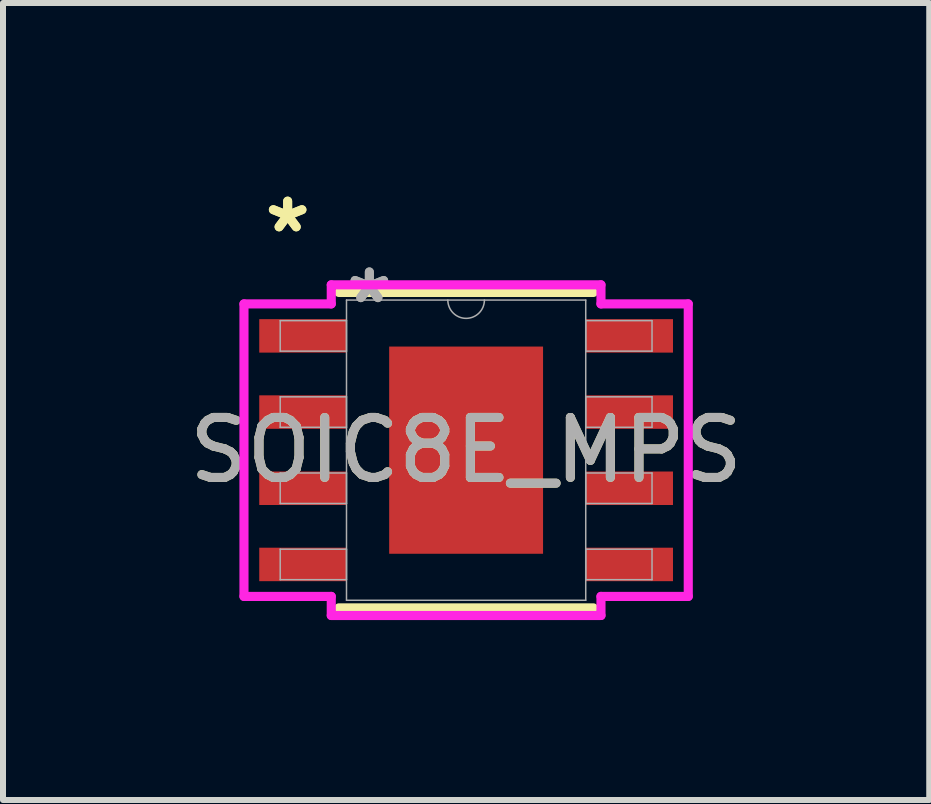
<source format=kicad_pcb>
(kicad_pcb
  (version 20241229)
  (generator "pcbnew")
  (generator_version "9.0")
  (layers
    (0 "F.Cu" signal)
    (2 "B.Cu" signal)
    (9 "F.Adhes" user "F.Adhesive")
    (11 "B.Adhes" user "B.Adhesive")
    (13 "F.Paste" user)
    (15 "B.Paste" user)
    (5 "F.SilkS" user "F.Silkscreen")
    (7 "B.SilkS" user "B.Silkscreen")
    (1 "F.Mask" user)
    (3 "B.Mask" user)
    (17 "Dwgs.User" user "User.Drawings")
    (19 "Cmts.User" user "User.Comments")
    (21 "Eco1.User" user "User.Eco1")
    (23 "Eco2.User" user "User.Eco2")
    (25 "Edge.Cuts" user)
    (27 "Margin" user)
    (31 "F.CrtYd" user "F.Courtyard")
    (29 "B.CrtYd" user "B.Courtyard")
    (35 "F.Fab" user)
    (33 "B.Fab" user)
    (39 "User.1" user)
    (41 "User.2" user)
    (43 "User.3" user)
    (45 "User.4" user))
  (footprint "SOIC8E_MPS"
    (layer "F.Cu")
    (at 4.72 4.454)
    (property "Reference" "SOIC8E_MPS" (at 0 0 0) (unlocked yes) (layer "F.SilkS") (effects (font (size 1 1) (thickness 0.15))))
    (attr smd)
    (fp_line (start -2.121 2.629) (end 2.121 2.629) (stroke (width 0.152) (type solid)) (layer "F.SilkS"))
    (fp_line (start 2.121 -2.629) (end -2.121 -2.629) (stroke (width 0.152) (type solid)) (layer "F.SilkS"))
    (fp_poly (pts (xy -1.183 -1.627) (xy -1.183 -0.1) (xy -0.1 -0.1) (xy -0.1 -1.627)) (stroke (width 0) (type solid)) (fill yes) (layer "F.Paste"))
    (fp_poly (pts (xy -1.183 0.1) (xy -1.183 1.627) (xy -0.1 1.627) (xy -0.1 0.1)) (stroke (width 0) (type solid)) (fill yes) (layer "F.Paste"))
    (fp_poly (pts (xy 0.1 -1.627) (xy 0.1 -0.1) (xy 1.183 -0.1) (xy 1.183 -1.627)) (stroke (width 0) (type solid)) (fill yes) (layer "F.Paste"))
    (fp_poly (pts (xy 0.1 0.1) (xy 0.1 1.627) (xy 1.183 1.627) (xy 1.183 0.1)) (stroke (width 0) (type solid)) (fill yes) (layer "F.Paste"))
    (fp_line (start -3.703 -2.438) (end -2.248 -2.438) (stroke (width 0.152) (type solid)) (layer "F.CrtYd"))
    (fp_line (start -3.703 2.438) (end -3.703 -2.438) (stroke (width 0.152) (type solid)) (layer "F.CrtYd"))
    (fp_line (start -3.703 2.438) (end -2.248 2.438) (stroke (width 0.152) (type solid)) (layer "F.CrtYd"))
    (fp_line (start -2.248 -2.756) (end 2.248 -2.756) (stroke (width 0.152) (type solid)) (layer "F.CrtYd"))
    (fp_line (start -2.248 -2.438) (end -2.248 -2.756) (stroke (width 0.152) (type solid)) (layer "F.CrtYd"))
    (fp_line (start -2.248 2.756) (end -2.248 2.438) (stroke (width 0.152) (type solid)) (layer "F.CrtYd"))
    (fp_line (start 2.248 -2.756) (end 2.248 -2.438) (stroke (width 0.152) (type solid)) (layer "F.CrtYd"))
    (fp_line (start 2.248 2.438) (end 2.248 2.756) (stroke (width 0.152) (type solid)) (layer "F.CrtYd"))
    (fp_line (start 2.248 2.756) (end -2.248 2.756) (stroke (width 0.152) (type solid)) (layer "F.CrtYd"))
    (fp_line (start 3.703 -2.438) (end 2.248 -2.438) (stroke (width 0.152) (type solid)) (layer "F.CrtYd"))
    (fp_line (start 3.703 -2.438) (end 3.703 2.438) (stroke (width 0.152) (type solid)) (layer "F.CrtYd"))
    (fp_line (start 3.703 2.438) (end 2.248 2.438) (stroke (width 0.152) (type solid)) (layer "F.CrtYd"))
    (fp_line (start -3.099 -2.159) (end -3.099 -1.651) (stroke (width 0.025) (type solid)) (layer "F.Fab"))
    (fp_line (start -3.099 -1.651) (end -1.994 -1.651) (stroke (width 0.025) (type solid)) (layer "F.Fab"))
    (fp_line (start -3.099 -0.889) (end -3.099 -0.381) (stroke (width 0.025) (type solid)) (layer "F.Fab"))
    (fp_line (start -3.099 -0.381) (end -1.994 -0.381) (stroke (width 0.025) (type solid)) (layer "F.Fab"))
    (fp_line (start -3.099 0.381) (end -3.099 0.889) (stroke (width 0.025) (type solid)) (layer "F.Fab"))
    (fp_line (start -3.099 0.889) (end -1.994 0.889) (stroke (width 0.025) (type solid)) (layer "F.Fab"))
    (fp_line (start -3.099 1.651) (end -3.099 2.159) (stroke (width 0.025) (type solid)) (layer "F.Fab"))
    (fp_line (start -3.099 2.159) (end -1.994 2.159) (stroke (width 0.025) (type solid)) (layer "F.Fab"))
    (fp_line (start -1.994 -2.502) (end -1.994 2.502) (stroke (width 0.025) (type solid)) (layer "F.Fab"))
    (fp_line (start -1.994 -2.159) (end -3.099 -2.159) (stroke (width 0.025) (type solid)) (layer "F.Fab"))
    (fp_line (start -1.994 -1.651) (end -1.994 -2.159) (stroke (width 0.025) (type solid)) (layer "F.Fab"))
    (fp_line (start -1.994 -0.889) (end -3.099 -0.889) (stroke (width 0.025) (type solid)) (layer "F.Fab"))
    (fp_line (start -1.994 -0.381) (end -1.994 -0.889) (stroke (width 0.025) (type solid)) (layer "F.Fab"))
    (fp_line (start -1.994 0.381) (end -3.099 0.381) (stroke (width 0.025) (type solid)) (layer "F.Fab"))
    (fp_line (start -1.994 0.889) (end -1.994 0.381) (stroke (width 0.025) (type solid)) (layer "F.Fab"))
    (fp_line (start -1.994 1.651) (end -3.099 1.651) (stroke (width 0.025) (type solid)) (layer "F.Fab"))
    (fp_line (start -1.994 2.159) (end -1.994 1.651) (stroke (width 0.025) (type solid)) (layer "F.Fab"))
    (fp_line (start -1.994 2.502) (end 1.994 2.502) (stroke (width 0.025) (type solid)) (layer "F.Fab"))
    (fp_line (start 1.994 -2.502) (end -1.994 -2.502) (stroke (width 0.025) (type solid)) (layer "F.Fab"))
    (fp_line (start 1.994 -2.159) (end 1.994 -1.651) (stroke (width 0.025) (type solid)) (layer "F.Fab"))
    (fp_line (start 1.994 -1.651) (end 3.099 -1.651) (stroke (width 0.025) (type solid)) (layer "F.Fab"))
    (fp_line (start 1.994 -0.889) (end 1.994 -0.381) (stroke (width 0.025) (type solid)) (layer "F.Fab"))
    (fp_line (start 1.994 -0.381) (end 3.099 -0.381) (stroke (width 0.025) (type solid)) (layer "F.Fab"))
    (fp_line (start 1.994 0.381) (end 1.994 0.889) (stroke (width 0.025) (type solid)) (layer "F.Fab"))
    (fp_line (start 1.994 0.889) (end 3.099 0.889) (stroke (width 0.025) (type solid)) (layer "F.Fab"))
    (fp_line (start 1.994 1.651) (end 1.994 2.159) (stroke (width 0.025) (type solid)) (layer "F.Fab"))
    (fp_line (start 1.994 2.159) (end 3.099 2.159) (stroke (width 0.025) (type solid)) (layer "F.Fab"))
    (fp_line (start 1.994 2.502) (end 1.994 -2.502) (stroke (width 0.025) (type solid)) (layer "F.Fab"))
    (fp_line (start 3.099 -2.159) (end 1.994 -2.159) (stroke (width 0.025) (type solid)) (layer "F.Fab"))
    (fp_line (start 3.099 -1.651) (end 3.099 -2.159) (stroke (width 0.025) (type solid)) (layer "F.Fab"))
    (fp_line (start 3.099 -0.889) (end 1.994 -0.889) (stroke (width 0.025) (type solid)) (layer "F.Fab"))
    (fp_line (start 3.099 -0.381) (end 3.099 -0.889) (stroke (width 0.025) (type solid)) (layer "F.Fab"))
    (fp_line (start 3.099 0.381) (end 1.994 0.381) (stroke (width 0.025) (type solid)) (layer "F.Fab"))
    (fp_line (start 3.099 0.889) (end 3.099 0.381) (stroke (width 0.025) (type solid)) (layer "F.Fab"))
    (fp_line (start 3.099 1.651) (end 1.994 1.651) (stroke (width 0.025) (type solid)) (layer "F.Fab"))
    (fp_line (start 3.099 2.159) (end 3.099 1.651) (stroke (width 0.025) (type solid)) (layer "F.Fab"))
    (fp_arc (start 0.3048 -2.5019) (mid 0 -2.1971) (end -0.3048 -2.5019) (stroke (width 0.0254) (type solid)) (layer "F.Fab"))
    (fp_text user "*" (at -2.975 -3.606 0) (layer "F.SilkS") (effects (font (size 1 1) (thickness 0.15))))
    (fp_text user "*" (at -2.975 -3.606 0) (unlocked yes) (layer "F.SilkS") (effects (font (size 1 1) (thickness 0.15))))
    (fp_text user "*" (at -1.613 -2.426 0) (layer "F.Fab") (effects (font (size 1 1) (thickness 0.15))))
    (fp_text user "${REFERENCE}" (at 0 0 0) (unlocked yes) (layer "F.Fab") (effects (font (size 1 1) (thickness 0.15))))
    (fp_text user "*" (at -1.613 -2.426 0) (unlocked yes) (layer "F.Fab") (effects (font (size 1 1) (thickness 0.15))))
    (pad "1" smd rect (at -2.721 -1.905) (size 1.455 0.558) (layers "F.Cu" "F.Mask" "F.Paste"))
    (pad "2" smd rect (at -2.721 -0.635) (size 1.455 0.558) (layers "F.Cu" "F.Mask" "F.Paste"))
    (pad "3" smd rect (at -2.721 0.635) (size 1.455 0.558) (layers "F.Cu" "F.Mask" "F.Paste"))
    (pad "4" smd rect (at -2.721 1.905) (size 1.455 0.558) (layers "F.Cu" "F.Mask" "F.Paste"))
    (pad "5" smd rect (at 2.721 1.905) (size 1.455 0.558) (layers "F.Cu" "F.Mask" "F.Paste"))
    (pad "6" smd rect (at 2.721 0.635) (size 1.455 0.558) (layers "F.Cu" "F.Mask" "F.Paste"))
    (pad "7" smd rect (at 2.721 -0.635) (size 1.455 0.558) (layers "F.Cu" "F.Mask" "F.Paste"))
    (pad "8" smd rect (at 2.721 -1.905) (size 1.455 0.558) (layers "F.Cu" "F.Mask" "F.Paste"))
    (pad "EPAD" smd rect (at 0 0) (size 2.565 3.454) (layers "F.Cu" "F.Mask")))
  (gr_rect
    (start -3 -3)
    (end 12.44 10.286)
    (stroke (width 0.1) (type default))
    (fill no)
    (layer "Edge.Cuts")))
</source>
